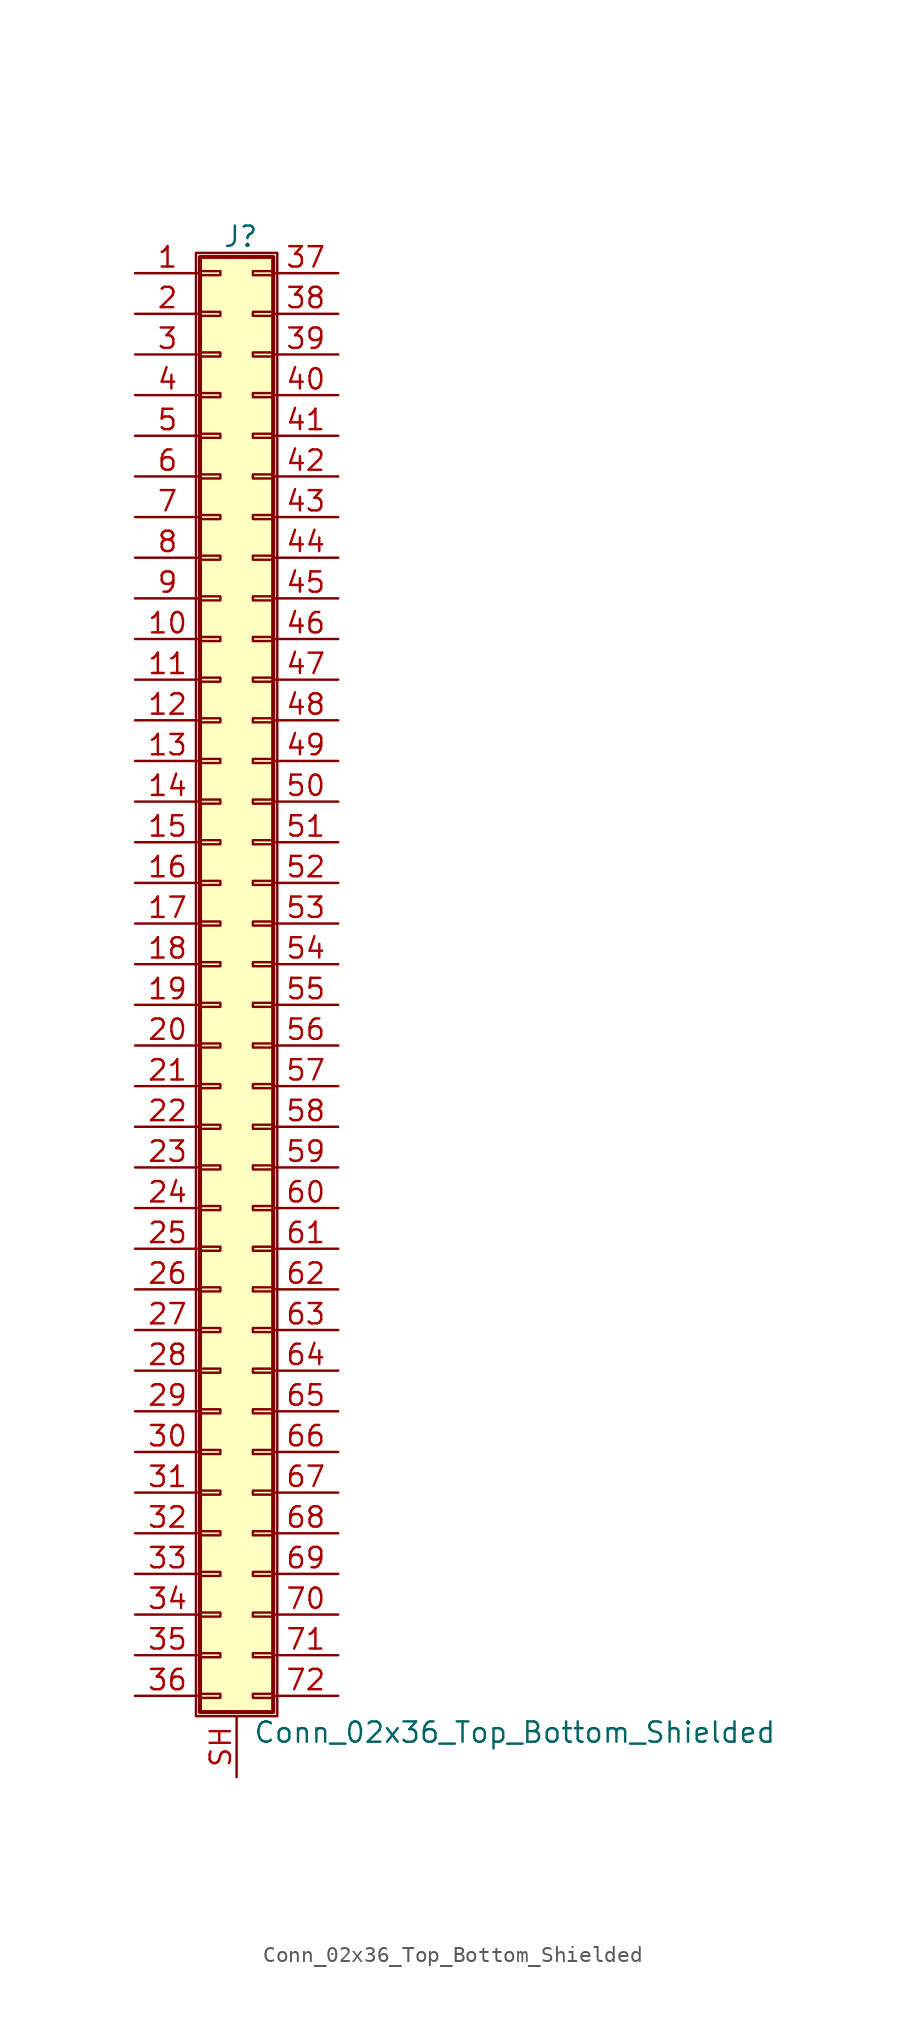
<source format=kicad_sym>
(kicad_symbol_lib
  (version 20201005)
  (generator kicad_symbol_editor)
  (symbol "Connector_Generic_Shielded:Conn_02x36_Top_Bottom_Shielded"
    (pin_names
      (offset 1.016) hide)
    (property "Reference" "J"
      (at 1.524 45.466 0)
      (effects (font (size 1.27 1.27))))
    (property "Value" "Conn_02x36_Top_Bottom_Shielded"
      (at 2.286 -48.006 0)
      (effects (font (size 1.27 1.27)) (justify left)))
    (symbol "Conn_02x36_Top_Bottom_Shielded_1_1"
      (rectangle (start -1.016 -27.813) (end 0.254 -28.067) (stroke (width 0.152)) (fill (type none)))
      (rectangle (start -1.016 -30.353) (end 0.254 -30.607) (stroke (width 0.152)) (fill (type none)))
      (rectangle (start -1.016 -32.893) (end 0.254 -33.147) (stroke (width 0.152)) (fill (type none)))
      (rectangle (start -1.016 -35.433) (end 0.254 -35.687) (stroke (width 0.152)) (fill (type none)))
      (rectangle (start -1.016 -37.973) (end 0.254 -38.227) (stroke (width 0.152)) (fill (type none)))
      (rectangle (start -1.016 -40.513) (end 0.254 -40.767) (stroke (width 0.152)) (fill (type none)))
      (rectangle (start -1.016 -43.053) (end 0.254 -43.307) (stroke (width 0.152)) (fill (type none)))
      (rectangle (start -1.016 -45.593) (end 0.254 -45.847) (stroke (width 0.152)) (fill (type none)))
      (rectangle (start -1.016 -4.953) (end 0.254 -5.207) (stroke (width 0.152)) (fill (type none)))
      (rectangle (start -1.016 -7.493) (end 0.254 -7.747) (stroke (width 0.152)) (fill (type none)))
      (rectangle (start -1.016 -10.033) (end 0.254 -10.287) (stroke (width 0.152)) (fill (type none)))
      (rectangle (start -1.016 -12.573) (end 0.254 -12.827) (stroke (width 0.152)) (fill (type none)))
      (rectangle (start -1.016 -15.113) (end 0.254 -15.367) (stroke (width 0.152)) (fill (type none)))
      (rectangle (start -1.016 -17.653) (end 0.254 -17.907) (stroke (width 0.152)) (fill (type none)))
      (rectangle (start -1.016 -20.193) (end 0.254 -20.447) (stroke (width 0.152)) (fill (type none)))
      (rectangle (start -1.016 -22.733) (end 0.254 -22.987) (stroke (width 0.152)) (fill (type none)))
      (rectangle (start -1.016 -2.413) (end 0.254 -2.667) (stroke (width 0.152)) (fill (type none)))
      (rectangle (start -1.016 -25.273) (end 0.254 -25.527) (stroke (width 0.152)) (fill (type none)))
      (rectangle (start -1.016 25.527) (end 0.254 25.273) (stroke (width 0.152)) (fill (type none)))
      (rectangle (start -1.016 2.667) (end 0.254 2.413) (stroke (width 0.152)) (fill (type none)))
      (rectangle (start -1.016 28.067) (end 0.254 27.813) (stroke (width 0.152)) (fill (type none)))
      (rectangle (start -1.016 30.607) (end 0.254 30.353) (stroke (width 0.152)) (fill (type none)))
      (rectangle (start -1.016 33.147) (end 0.254 32.893) (stroke (width 0.152)) (fill (type none)))
      (rectangle (start -1.016 35.687) (end 0.254 35.433) (stroke (width 0.152)) (fill (type none)))
      (rectangle (start -1.016 38.227) (end 0.254 37.973) (stroke (width 0.152)) (fill (type none)))
      (rectangle (start -1.016 40.767) (end 0.254 40.513) (stroke (width 0.152)) (fill (type none)))
      (rectangle (start -1.016 43.307) (end 0.254 43.053) (stroke (width 0.152)) (fill (type none)))
      (rectangle (start -1.016 44.196) (end 3.556 -46.736) (stroke (width 0.254)) (fill (type background)))
      (rectangle (start -1.016 5.207) (end 0.254 4.953) (stroke (width 0.152)) (fill (type none)))
      (rectangle (start -1.016 7.747) (end 0.254 7.493) (stroke (width 0.152)) (fill (type none)))
      (rectangle (start -1.016 10.287) (end 0.254 10.033) (stroke (width 0.152)) (fill (type none)))
      (rectangle (start -1.016 0.127) (end 0.254 -0.127) (stroke (width 0.152)) (fill (type none)))
      (rectangle (start -1.016 12.827) (end 0.254 12.573) (stroke (width 0.152)) (fill (type none)))
      (rectangle (start -1.016 15.367) (end 0.254 15.113) (stroke (width 0.152)) (fill (type none)))
      (rectangle (start -1.016 17.907) (end 0.254 17.653) (stroke (width 0.152)) (fill (type none)))
      (rectangle (start -1.016 20.447) (end 0.254 20.193) (stroke (width 0.152)) (fill (type none)))
      (rectangle (start -1.016 22.987) (end 0.254 22.733) (stroke (width 0.152)) (fill (type none)))
      (rectangle (start -1.27 44.45) (end 3.81 -46.99) (stroke (width 0.152)) (fill (type none)))
      (rectangle (start 3.556 -27.813) (end 2.286 -28.067) (stroke (width 0.152)) (fill (type none)))
      (rectangle (start 3.556 -30.353) (end 2.286 -30.607) (stroke (width 0.152)) (fill (type none)))
      (rectangle (start 3.556 -32.893) (end 2.286 -33.147) (stroke (width 0.152)) (fill (type none)))
      (rectangle (start 3.556 -35.433) (end 2.286 -35.687) (stroke (width 0.152)) (fill (type none)))
      (rectangle (start 3.556 -37.973) (end 2.286 -38.227) (stroke (width 0.152)) (fill (type none)))
      (rectangle (start 3.556 -40.513) (end 2.286 -40.767) (stroke (width 0.152)) (fill (type none)))
      (rectangle (start 3.556 -43.053) (end 2.286 -43.307) (stroke (width 0.152)) (fill (type none)))
      (rectangle (start 3.556 -45.593) (end 2.286 -45.847) (stroke (width 0.152)) (fill (type none)))
      (rectangle (start 3.556 -4.953) (end 2.286 -5.207) (stroke (width 0.152)) (fill (type none)))
      (rectangle (start 3.556 -7.493) (end 2.286 -7.747) (stroke (width 0.152)) (fill (type none)))
      (rectangle (start 3.556 -10.033) (end 2.286 -10.287) (stroke (width 0.152)) (fill (type none)))
      (rectangle (start 3.556 -12.573) (end 2.286 -12.827) (stroke (width 0.152)) (fill (type none)))
      (rectangle (start 3.556 -15.113) (end 2.286 -15.367) (stroke (width 0.152)) (fill (type none)))
      (rectangle (start 3.556 -17.653) (end 2.286 -17.907) (stroke (width 0.152)) (fill (type none)))
      (rectangle (start 3.556 -20.193) (end 2.286 -20.447) (stroke (width 0.152)) (fill (type none)))
      (rectangle (start 3.556 -22.733) (end 2.286 -22.987) (stroke (width 0.152)) (fill (type none)))
      (rectangle (start 3.556 -2.413) (end 2.286 -2.667) (stroke (width 0.152)) (fill (type none)))
      (rectangle (start 3.556 -25.273) (end 2.286 -25.527) (stroke (width 0.152)) (fill (type none)))
      (rectangle (start 3.556 25.527) (end 2.286 25.273) (stroke (width 0.152)) (fill (type none)))
      (rectangle (start 3.556 2.667) (end 2.286 2.413) (stroke (width 0.152)) (fill (type none)))
      (rectangle (start 3.556 28.067) (end 2.286 27.813) (stroke (width 0.152)) (fill (type none)))
      (rectangle (start 3.556 30.607) (end 2.286 30.353) (stroke (width 0.152)) (fill (type none)))
      (rectangle (start 3.556 33.147) (end 2.286 32.893) (stroke (width 0.152)) (fill (type none)))
      (rectangle (start 3.556 35.687) (end 2.286 35.433) (stroke (width 0.152)) (fill (type none)))
      (rectangle (start 3.556 38.227) (end 2.286 37.973) (stroke (width 0.152)) (fill (type none)))
      (rectangle (start 3.556 40.767) (end 2.286 40.513) (stroke (width 0.152)) (fill (type none)))
      (rectangle (start 3.556 43.307) (end 2.286 43.053) (stroke (width 0.152)) (fill (type none)))
      (rectangle (start 3.556 5.207) (end 2.286 4.953) (stroke (width 0.152)) (fill (type none)))
      (rectangle (start 3.556 7.747) (end 2.286 7.493) (stroke (width 0.152)) (fill (type none)))
      (rectangle (start 3.556 10.287) (end 2.286 10.033) (stroke (width 0.152)) (fill (type none)))
      (rectangle (start 3.556 0.127) (end 2.286 -0.127) (stroke (width 0.152)) (fill (type none)))
      (rectangle (start 3.556 12.827) (end 2.286 12.573) (stroke (width 0.152)) (fill (type none)))
      (rectangle (start 3.556 15.367) (end 2.286 15.113) (stroke (width 0.152)) (fill (type none)))
      (rectangle (start 3.556 17.907) (end 2.286 17.653) (stroke (width 0.152)) (fill (type none)))
      (rectangle (start 3.556 20.447) (end 2.286 20.193) (stroke (width 0.152)) (fill (type none)))
      (rectangle (start 3.556 22.987) (end 2.286 22.733) (stroke (width 0.152)) (fill (type none)))
      (pin passive line (at -5.08 43.18 0) (length 4.064) (name "Pin_1" (effects (font (size 1.27 1.27)))) (number "1" (effects (font (size 1.27 1.27)))))
      (pin passive line (at -5.08 20.32 0) (length 4.064) (name "Pin_10" (effects (font (size 1.27 1.27)))) (number "10" (effects (font (size 1.27 1.27)))))
      (pin passive line (at -5.08 17.78 0) (length 4.064) (name "Pin_11" (effects (font (size 1.27 1.27)))) (number "11" (effects (font (size 1.27 1.27)))))
      (pin passive line (at -5.08 15.24 0) (length 4.064) (name "Pin_12" (effects (font (size 1.27 1.27)))) (number "12" (effects (font (size 1.27 1.27)))))
      (pin passive line (at -5.08 12.7 0) (length 4.064) (name "Pin_13" (effects (font (size 1.27 1.27)))) (number "13" (effects (font (size 1.27 1.27)))))
      (pin passive line (at -5.08 10.16 0) (length 4.064) (name "Pin_14" (effects (font (size 1.27 1.27)))) (number "14" (effects (font (size 1.27 1.27)))))
      (pin passive line (at -5.08 7.62 0) (length 4.064) (name "Pin_15" (effects (font (size 1.27 1.27)))) (number "15" (effects (font (size 1.27 1.27)))))
      (pin passive line (at -5.08 5.08 0) (length 4.064) (name "Pin_16" (effects (font (size 1.27 1.27)))) (number "16" (effects (font (size 1.27 1.27)))))
      (pin passive line (at -5.08 2.54 0) (length 4.064) (name "Pin_17" (effects (font (size 1.27 1.27)))) (number "17" (effects (font (size 1.27 1.27)))))
      (pin passive line (at -5.08 0 0) (length 4.064) (name "Pin_18" (effects (font (size 1.27 1.27)))) (number "18" (effects (font (size 1.27 1.27)))))
      (pin passive line (at -5.08 -2.54 0) (length 4.064) (name "Pin_19" (effects (font (size 1.27 1.27)))) (number "19" (effects (font (size 1.27 1.27)))))
      (pin passive line (at -5.08 40.64 0) (length 4.064) (name "Pin_2" (effects (font (size 1.27 1.27)))) (number "2" (effects (font (size 1.27 1.27)))))
      (pin passive line (at -5.08 -5.08 0) (length 4.064) (name "Pin_20" (effects (font (size 1.27 1.27)))) (number "20" (effects (font (size 1.27 1.27)))))
      (pin passive line (at -5.08 -7.62 0) (length 4.064) (name "Pin_21" (effects (font (size 1.27 1.27)))) (number "21" (effects (font (size 1.27 1.27)))))
      (pin passive line (at -5.08 -10.16 0) (length 4.064) (name "Pin_22" (effects (font (size 1.27 1.27)))) (number "22" (effects (font (size 1.27 1.27)))))
      (pin passive line (at -5.08 -12.7 0) (length 4.064) (name "Pin_23" (effects (font (size 1.27 1.27)))) (number "23" (effects (font (size 1.27 1.27)))))
      (pin passive line (at -5.08 -15.24 0) (length 4.064) (name "Pin_24" (effects (font (size 1.27 1.27)))) (number "24" (effects (font (size 1.27 1.27)))))
      (pin passive line (at -5.08 -17.78 0) (length 4.064) (name "Pin_25" (effects (font (size 1.27 1.27)))) (number "25" (effects (font (size 1.27 1.27)))))
      (pin passive line (at -5.08 -20.32 0) (length 4.064) (name "Pin_26" (effects (font (size 1.27 1.27)))) (number "26" (effects (font (size 1.27 1.27)))))
      (pin passive line (at -5.08 -22.86 0) (length 4.064) (name "Pin_27" (effects (font (size 1.27 1.27)))) (number "27" (effects (font (size 1.27 1.27)))))
      (pin passive line (at -5.08 -25.4 0) (length 4.064) (name "Pin_28" (effects (font (size 1.27 1.27)))) (number "28" (effects (font (size 1.27 1.27)))))
      (pin passive line (at -5.08 -27.94 0) (length 4.064) (name "Pin_29" (effects (font (size 1.27 1.27)))) (number "29" (effects (font (size 1.27 1.27)))))
      (pin passive line (at -5.08 38.1 0) (length 4.064) (name "Pin_3" (effects (font (size 1.27 1.27)))) (number "3" (effects (font (size 1.27 1.27)))))
      (pin passive line (at -5.08 -30.48 0) (length 4.064) (name "Pin_30" (effects (font (size 1.27 1.27)))) (number "30" (effects (font (size 1.27 1.27)))))
      (pin passive line (at -5.08 -33.02 0) (length 4.064) (name "Pin_31" (effects (font (size 1.27 1.27)))) (number "31" (effects (font (size 1.27 1.27)))))
      (pin passive line (at -5.08 -35.56 0) (length 4.064) (name "Pin_32" (effects (font (size 1.27 1.27)))) (number "32" (effects (font (size 1.27 1.27)))))
      (pin passive line (at -5.08 -38.1 0) (length 4.064) (name "Pin_33" (effects (font (size 1.27 1.27)))) (number "33" (effects (font (size 1.27 1.27)))))
      (pin passive line (at -5.08 -40.64 0) (length 4.064) (name "Pin_34" (effects (font (size 1.27 1.27)))) (number "34" (effects (font (size 1.27 1.27)))))
      (pin passive line (at -5.08 -43.18 0) (length 4.064) (name "Pin_35" (effects (font (size 1.27 1.27)))) (number "35" (effects (font (size 1.27 1.27)))))
      (pin passive line (at -5.08 -45.72 0) (length 4.064) (name "Pin_36" (effects (font (size 1.27 1.27)))) (number "36" (effects (font (size 1.27 1.27)))))
      (pin passive line (at 7.62 43.18 180) (length 4.064) (name "Pin_37" (effects (font (size 1.27 1.27)))) (number "37" (effects (font (size 1.27 1.27)))))
      (pin passive line (at 7.62 40.64 180) (length 4.064) (name "Pin_38" (effects (font (size 1.27 1.27)))) (number "38" (effects (font (size 1.27 1.27)))))
      (pin passive line (at 7.62 38.1 180) (length 4.064) (name "Pin_39" (effects (font (size 1.27 1.27)))) (number "39" (effects (font (size 1.27 1.27)))))
      (pin passive line (at -5.08 35.56 0) (length 4.064) (name "Pin_4" (effects (font (size 1.27 1.27)))) (number "4" (effects (font (size 1.27 1.27)))))
      (pin passive line (at 7.62 35.56 180) (length 4.064) (name "Pin_40" (effects (font (size 1.27 1.27)))) (number "40" (effects (font (size 1.27 1.27)))))
      (pin passive line (at 7.62 33.02 180) (length 4.064) (name "Pin_41" (effects (font (size 1.27 1.27)))) (number "41" (effects (font (size 1.27 1.27)))))
      (pin passive line (at 7.62 30.48 180) (length 4.064) (name "Pin_42" (effects (font (size 1.27 1.27)))) (number "42" (effects (font (size 1.27 1.27)))))
      (pin passive line (at 7.62 27.94 180) (length 4.064) (name "Pin_43" (effects (font (size 1.27 1.27)))) (number "43" (effects (font (size 1.27 1.27)))))
      (pin passive line (at 7.62 25.4 180) (length 4.064) (name "Pin_44" (effects (font (size 1.27 1.27)))) (number "44" (effects (font (size 1.27 1.27)))))
      (pin passive line (at 7.62 22.86 180) (length 4.064) (name "Pin_45" (effects (font (size 1.27 1.27)))) (number "45" (effects (font (size 1.27 1.27)))))
      (pin passive line (at 7.62 20.32 180) (length 4.064) (name "Pin_46" (effects (font (size 1.27 1.27)))) (number "46" (effects (font (size 1.27 1.27)))))
      (pin passive line (at 7.62 17.78 180) (length 4.064) (name "Pin_47" (effects (font (size 1.27 1.27)))) (number "47" (effects (font (size 1.27 1.27)))))
      (pin passive line (at 7.62 15.24 180) (length 4.064) (name "Pin_48" (effects (font (size 1.27 1.27)))) (number "48" (effects (font (size 1.27 1.27)))))
      (pin passive line (at 7.62 12.7 180) (length 4.064) (name "Pin_49" (effects (font (size 1.27 1.27)))) (number "49" (effects (font (size 1.27 1.27)))))
      (pin passive line (at -5.08 33.02 0) (length 4.064) (name "Pin_5" (effects (font (size 1.27 1.27)))) (number "5" (effects (font (size 1.27 1.27)))))
      (pin passive line (at 7.62 10.16 180) (length 4.064) (name "Pin_50" (effects (font (size 1.27 1.27)))) (number "50" (effects (font (size 1.27 1.27)))))
      (pin passive line (at 7.62 7.62 180) (length 4.064) (name "Pin_51" (effects (font (size 1.27 1.27)))) (number "51" (effects (font (size 1.27 1.27)))))
      (pin passive line (at 7.62 5.08 180) (length 4.064) (name "Pin_52" (effects (font (size 1.27 1.27)))) (number "52" (effects (font (size 1.27 1.27)))))
      (pin passive line (at 7.62 2.54 180) (length 4.064) (name "Pin_53" (effects (font (size 1.27 1.27)))) (number "53" (effects (font (size 1.27 1.27)))))
      (pin passive line (at 7.62 0 180) (length 4.064) (name "Pin_54" (effects (font (size 1.27 1.27)))) (number "54" (effects (font (size 1.27 1.27)))))
      (pin passive line (at 7.62 -2.54 180) (length 4.064) (name "Pin_55" (effects (font (size 1.27 1.27)))) (number "55" (effects (font (size 1.27 1.27)))))
      (pin passive line (at 7.62 -5.08 180) (length 4.064) (name "Pin_56" (effects (font (size 1.27 1.27)))) (number "56" (effects (font (size 1.27 1.27)))))
      (pin passive line (at 7.62 -7.62 180) (length 4.064) (name "Pin_57" (effects (font (size 1.27 1.27)))) (number "57" (effects (font (size 1.27 1.27)))))
      (pin passive line (at 7.62 -10.16 180) (length 4.064) (name "Pin_58" (effects (font (size 1.27 1.27)))) (number "58" (effects (font (size 1.27 1.27)))))
      (pin passive line (at 7.62 -12.7 180) (length 4.064) (name "Pin_59" (effects (font (size 1.27 1.27)))) (number "59" (effects (font (size 1.27 1.27)))))
      (pin passive line (at -5.08 30.48 0) (length 4.064) (name "Pin_6" (effects (font (size 1.27 1.27)))) (number "6" (effects (font (size 1.27 1.27)))))
      (pin passive line (at 7.62 -15.24 180) (length 4.064) (name "Pin_60" (effects (font (size 1.27 1.27)))) (number "60" (effects (font (size 1.27 1.27)))))
      (pin passive line (at 7.62 -17.78 180) (length 4.064) (name "Pin_61" (effects (font (size 1.27 1.27)))) (number "61" (effects (font (size 1.27 1.27)))))
      (pin passive line (at 7.62 -20.32 180) (length 4.064) (name "Pin_62" (effects (font (size 1.27 1.27)))) (number "62" (effects (font (size 1.27 1.27)))))
      (pin passive line (at 7.62 -22.86 180) (length 4.064) (name "Pin_63" (effects (font (size 1.27 1.27)))) (number "63" (effects (font (size 1.27 1.27)))))
      (pin passive line (at 7.62 -25.4 180) (length 4.064) (name "Pin_64" (effects (font (size 1.27 1.27)))) (number "64" (effects (font (size 1.27 1.27)))))
      (pin passive line (at 7.62 -27.94 180) (length 4.064) (name "Pin_65" (effects (font (size 1.27 1.27)))) (number "65" (effects (font (size 1.27 1.27)))))
      (pin passive line (at 7.62 -30.48 180) (length 4.064) (name "Pin_66" (effects (font (size 1.27 1.27)))) (number "66" (effects (font (size 1.27 1.27)))))
      (pin passive line (at 7.62 -33.02 180) (length 4.064) (name "Pin_67" (effects (font (size 1.27 1.27)))) (number "67" (effects (font (size 1.27 1.27)))))
      (pin passive line (at 7.62 -35.56 180) (length 4.064) (name "Pin_68" (effects (font (size 1.27 1.27)))) (number "68" (effects (font (size 1.27 1.27)))))
      (pin passive line (at 7.62 -38.1 180) (length 4.064) (name "Pin_69" (effects (font (size 1.27 1.27)))) (number "69" (effects (font (size 1.27 1.27)))))
      (pin passive line (at -5.08 27.94 0) (length 4.064) (name "Pin_7" (effects (font (size 1.27 1.27)))) (number "7" (effects (font (size 1.27 1.27)))))
      (pin passive line (at 7.62 -40.64 180) (length 4.064) (name "Pin_70" (effects (font (size 1.27 1.27)))) (number "70" (effects (font (size 1.27 1.27)))))
      (pin passive line (at 7.62 -43.18 180) (length 4.064) (name "Pin_71" (effects (font (size 1.27 1.27)))) (number "71" (effects (font (size 1.27 1.27)))))
      (pin passive line (at 7.62 -45.72 180) (length 4.064) (name "Pin_72" (effects (font (size 1.27 1.27)))) (number "72" (effects (font (size 1.27 1.27)))))
      (pin passive line (at -5.08 25.4 0) (length 4.064) (name "Pin_8" (effects (font (size 1.27 1.27)))) (number "8" (effects (font (size 1.27 1.27)))))
      (pin passive line (at -5.08 22.86 0) (length 4.064) (name "Pin_9" (effects (font (size 1.27 1.27)))) (number "9" (effects (font (size 1.27 1.27)))))
      (pin passive line (at 1.27 -50.8 90) (length 3.81) (name "Shield" (effects (font (size 1.27 1.27)))) (number "SH" (effects (font (size 1.27 1.27))))))))
</source>
